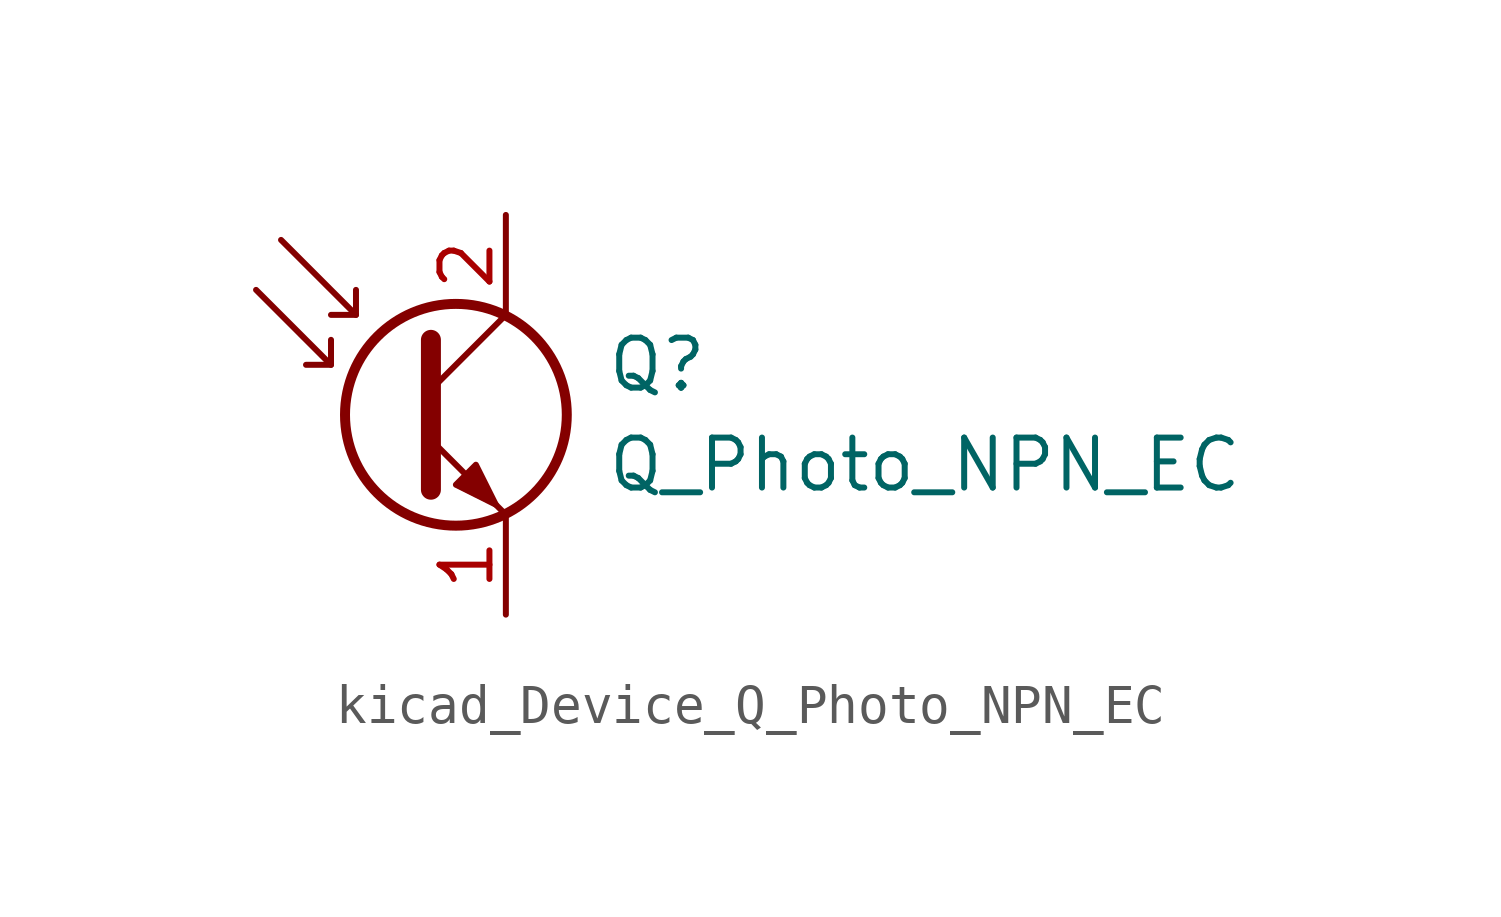
<source format=kicad_sym>
(kicad_symbol_lib
  (version 20220914)
  (generator kicad_symbol_editor)
  (symbol "kicad_Device_Q_Photo_NPN_EC"
    (pin_names
      (offset 0) hide)
    (property "Reference" "Q"
      (at 5.08 1.27 0)
      (effects (font (size 1.27 1.27)) (justify left)))
    (property "Value" "Q_Photo_NPN_EC"
      (at 5.08 -1.27 0)
      (effects (font (size 1.27 1.27)) (justify left)))
    (symbol "kicad_Device_Q_Photo_NPN_EC_0_1"
      (polyline (pts (xy -1.905 1.27) (xy -2.54 1.27)) (stroke (width 0) (type default)) (fill (type none)))
      (polyline (pts (xy -1.27 2.54) (xy -1.905 2.54)) (stroke (width 0) (type default)) (fill (type none)))
      (polyline (pts (xy 0.635 0.635) (xy 2.54 2.54)) (stroke (width 0) (type default)) (fill (type none)))
      (polyline (pts (xy -3.81 3.175) (xy -1.905 1.27) (xy -1.905 1.905)) (stroke (width 0) (type default)) (fill (type none)))
      (polyline (pts (xy -3.175 4.445) (xy -1.27 2.54) (xy -1.27 3.175)) (stroke (width 0) (type default)) (fill (type none)))
      (polyline (pts (xy 0.635 -0.635) (xy 2.54 -2.54) (xy 2.54 -2.54)) (stroke (width 0) (type default)) (fill (type none)))
      (polyline (pts (xy 0.635 1.905) (xy 0.635 -1.905) (xy 0.635 -1.905)) (stroke (width 0.508) (type default)) (fill (type none)))
      (polyline (pts (xy 1.27 -1.778) (xy 1.778 -1.27) (xy 2.286 -2.286) (xy 1.27 -1.778) (xy 1.27 -1.778)) (stroke (width 0) (type default)) (fill (type outline)))
      (circle (center 1.27 0) (radius 2.819) (stroke (width 0.254) (type default)) (fill (type none))))
    (symbol "kicad_Device_Q_Photo_NPN_EC_1_1"
      (pin passive line (at 2.54 -5.08 90) (length 2.54) (name "E" (effects (font (size 1.27 1.27)))) (number "1" (effects (font (size 1.27 1.27)))))
      (pin passive line (at 2.54 5.08 270) (length 2.54) (name "C" (effects (font (size 1.27 1.27)))) (number "2" (effects (font (size 1.27 1.27))))))))
</source>
